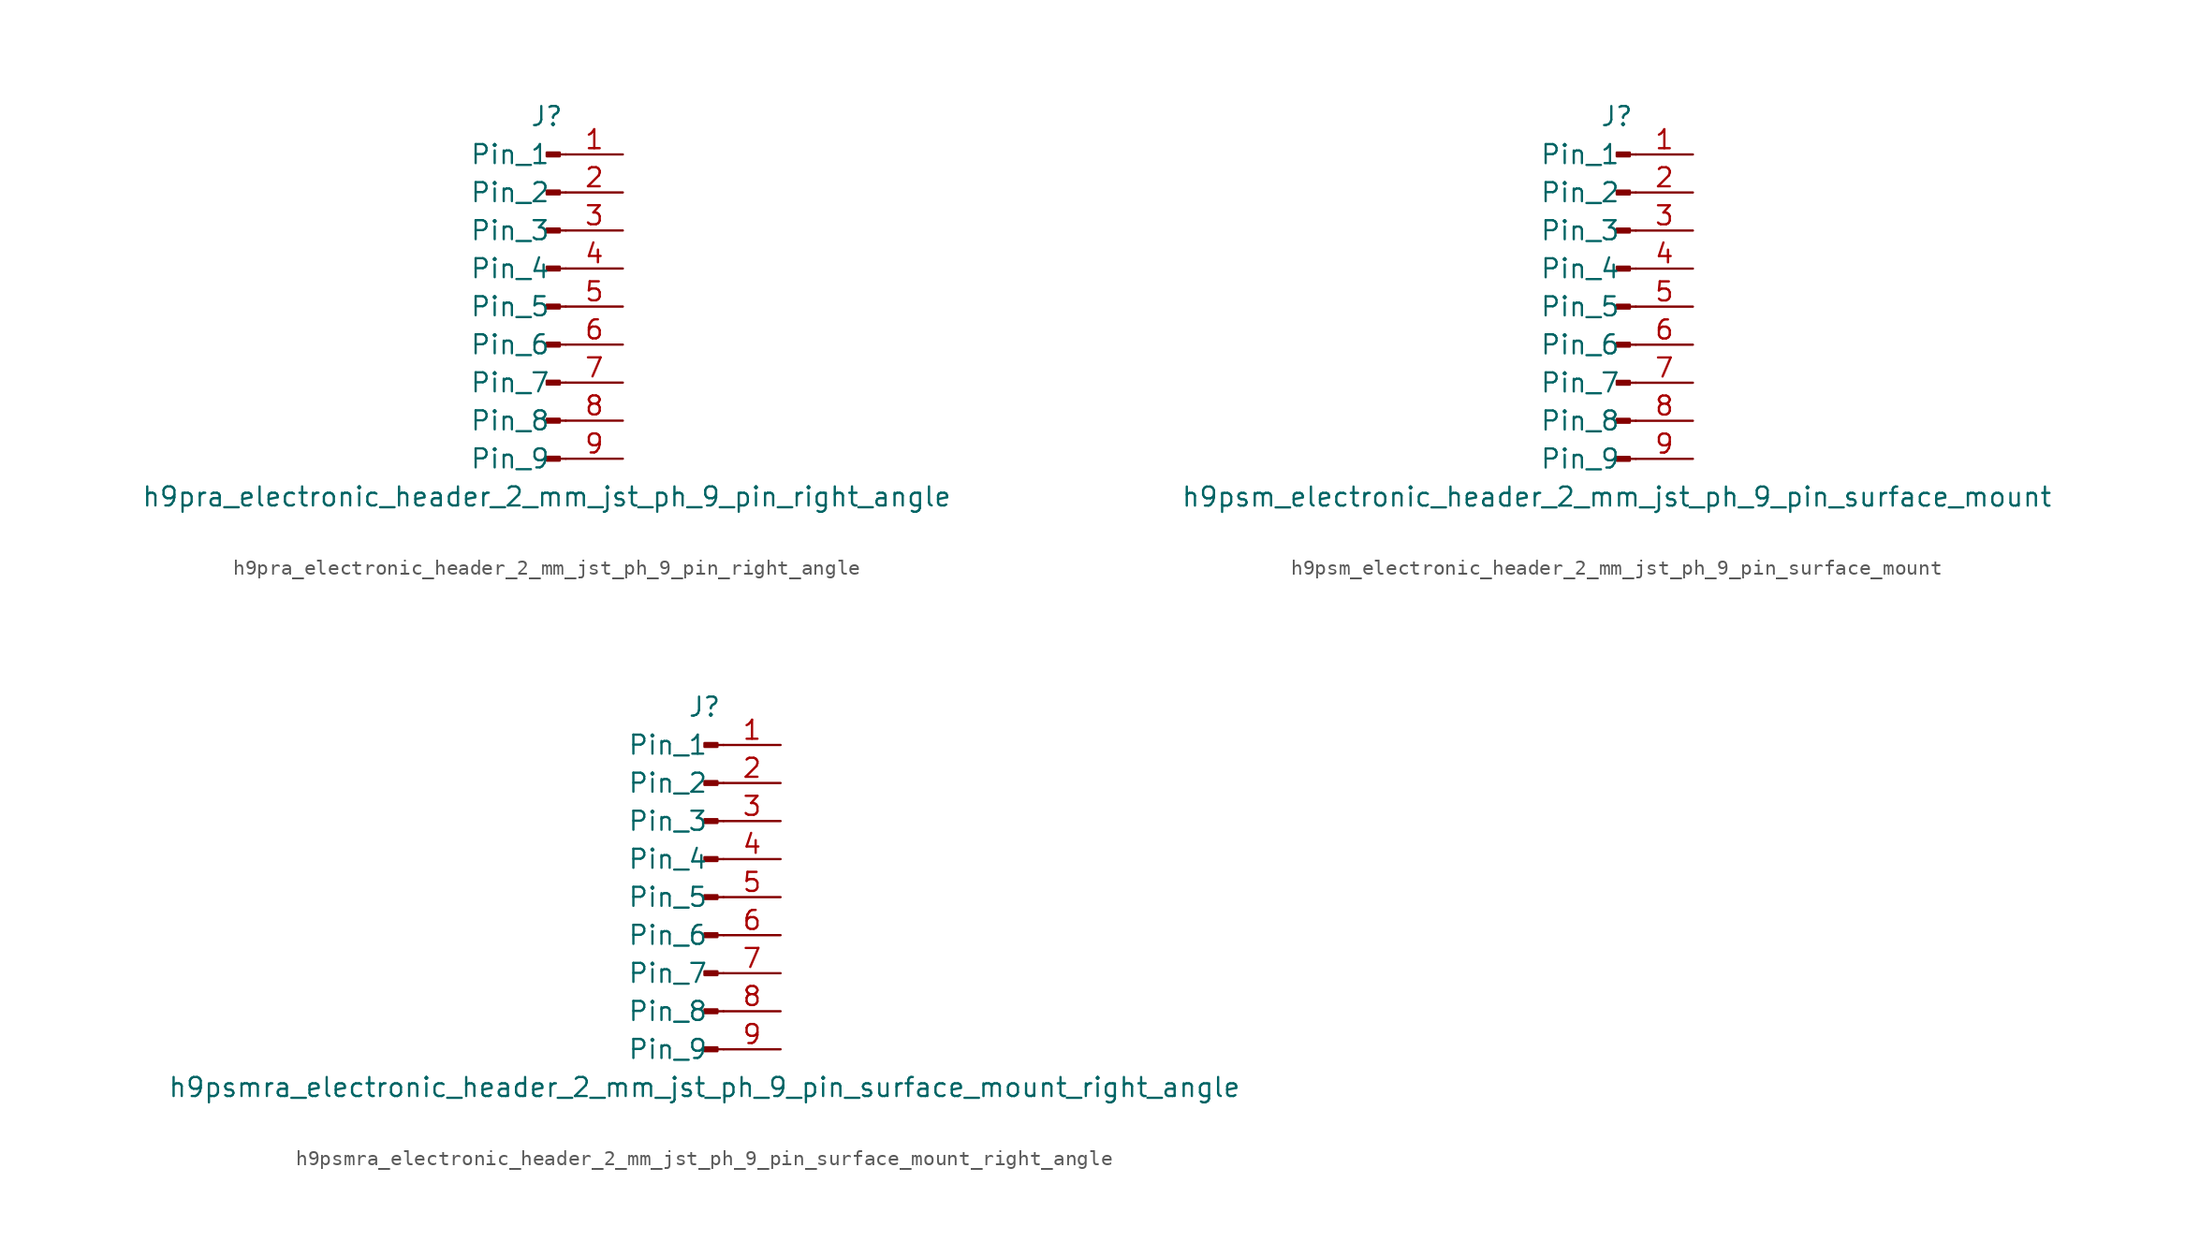
<source format=kicad_sym>
(kicad_symbol_lib
  (version 20220914)
  (generator kicad_symbol_editor)
  (symbol "h9pra_electronic_header_2_mm_jst_ph_9_pin_right_angle"
    (pin_names
      (offset 1.016))
    (property "Reference" "J"
      (at 0 12.7 0)
      (effects (font (size 1.27 1.27))))
    (property "Value" "h9pra_electronic_header_2_mm_jst_ph_9_pin_right_angle"
      (at 0 -12.7 0)
      (effects (font (size 1.27 1.27))))
    (property "ki_locked" ""
      (at 0 0 0)
      (effects (font (size 1.27 1.27))))
    (symbol "h9pra_electronic_header_2_mm_jst_ph_9_pin_right_angle_1_1"
      (polyline (pts (xy 1.27 -10.16) (xy 0.864 -10.16)) (stroke (width 0.152) (type default)) (fill (type none)))
      (polyline (pts (xy 1.27 -7.62) (xy 0.864 -7.62)) (stroke (width 0.152) (type default)) (fill (type none)))
      (polyline (pts (xy 1.27 -5.08) (xy 0.864 -5.08)) (stroke (width 0.152) (type default)) (fill (type none)))
      (polyline (pts (xy 1.27 -2.54) (xy 0.864 -2.54)) (stroke (width 0.152) (type default)) (fill (type none)))
      (polyline (pts (xy 1.27 0) (xy 0.864 0)) (stroke (width 0.152) (type default)) (fill (type none)))
      (polyline (pts (xy 1.27 2.54) (xy 0.864 2.54)) (stroke (width 0.152) (type default)) (fill (type none)))
      (polyline (pts (xy 1.27 5.08) (xy 0.864 5.08)) (stroke (width 0.152) (type default)) (fill (type none)))
      (polyline (pts (xy 1.27 7.62) (xy 0.864 7.62)) (stroke (width 0.152) (type default)) (fill (type none)))
      (polyline (pts (xy 1.27 10.16) (xy 0.864 10.16)) (stroke (width 0.152) (type default)) (fill (type none)))
      (rectangle (start 0.864 -10.033) (end 0 -10.287) (stroke (width 0.152) (type default)) (fill (type outline)))
      (rectangle (start 0.864 -7.493) (end 0 -7.747) (stroke (width 0.152) (type default)) (fill (type outline)))
      (rectangle (start 0.864 -4.953) (end 0 -5.207) (stroke (width 0.152) (type default)) (fill (type outline)))
      (rectangle (start 0.864 -2.413) (end 0 -2.667) (stroke (width 0.152) (type default)) (fill (type outline)))
      (rectangle (start 0.864 0.127) (end 0 -0.127) (stroke (width 0.152) (type default)) (fill (type outline)))
      (rectangle (start 0.864 2.667) (end 0 2.413) (stroke (width 0.152) (type default)) (fill (type outline)))
      (rectangle (start 0.864 5.207) (end 0 4.953) (stroke (width 0.152) (type default)) (fill (type outline)))
      (rectangle (start 0.864 7.747) (end 0 7.493) (stroke (width 0.152) (type default)) (fill (type outline)))
      (rectangle (start 0.864 10.287) (end 0 10.033) (stroke (width 0.152) (type default)) (fill (type outline)))
      (pin passive line (at 5.08 10.16 180) (length 3.81) (name "Pin_1" (effects (font (size 1.27 1.27)))) (number "1" (effects (font (size 1.27 1.27)))))
      (pin passive line (at 5.08 7.62 180) (length 3.81) (name "Pin_2" (effects (font (size 1.27 1.27)))) (number "2" (effects (font (size 1.27 1.27)))))
      (pin passive line (at 5.08 5.08 180) (length 3.81) (name "Pin_3" (effects (font (size 1.27 1.27)))) (number "3" (effects (font (size 1.27 1.27)))))
      (pin passive line (at 5.08 2.54 180) (length 3.81) (name "Pin_4" (effects (font (size 1.27 1.27)))) (number "4" (effects (font (size 1.27 1.27)))))
      (pin passive line (at 5.08 0 180) (length 3.81) (name "Pin_5" (effects (font (size 1.27 1.27)))) (number "5" (effects (font (size 1.27 1.27)))))
      (pin passive line (at 5.08 -2.54 180) (length 3.81) (name "Pin_6" (effects (font (size 1.27 1.27)))) (number "6" (effects (font (size 1.27 1.27)))))
      (pin passive line (at 5.08 -5.08 180) (length 3.81) (name "Pin_7" (effects (font (size 1.27 1.27)))) (number "7" (effects (font (size 1.27 1.27)))))
      (pin passive line (at 5.08 -7.62 180) (length 3.81) (name "Pin_8" (effects (font (size 1.27 1.27)))) (number "8" (effects (font (size 1.27 1.27)))))
      (pin passive line (at 5.08 -10.16 180) (length 3.81) (name "Pin_9" (effects (font (size 1.27 1.27)))) (number "9" (effects (font (size 1.27 1.27)))))))
  (symbol "h9psm_electronic_header_2_mm_jst_ph_9_pin_surface_mount"
    (pin_names
      (offset 1.016))
    (property "Reference" "J"
      (at 0 12.7 0)
      (effects (font (size 1.27 1.27))))
    (property "Value" "h9psm_electronic_header_2_mm_jst_ph_9_pin_surface_mount"
      (at 0 -12.7 0)
      (effects (font (size 1.27 1.27))))
    (property "ki_locked" ""
      (at 0 0 0)
      (effects (font (size 1.27 1.27))))
    (symbol "h9psm_electronic_header_2_mm_jst_ph_9_pin_surface_mount_1_1"
      (polyline (pts (xy 1.27 -10.16) (xy 0.864 -10.16)) (stroke (width 0.152) (type default)) (fill (type none)))
      (polyline (pts (xy 1.27 -7.62) (xy 0.864 -7.62)) (stroke (width 0.152) (type default)) (fill (type none)))
      (polyline (pts (xy 1.27 -5.08) (xy 0.864 -5.08)) (stroke (width 0.152) (type default)) (fill (type none)))
      (polyline (pts (xy 1.27 -2.54) (xy 0.864 -2.54)) (stroke (width 0.152) (type default)) (fill (type none)))
      (polyline (pts (xy 1.27 0) (xy 0.864 0)) (stroke (width 0.152) (type default)) (fill (type none)))
      (polyline (pts (xy 1.27 2.54) (xy 0.864 2.54)) (stroke (width 0.152) (type default)) (fill (type none)))
      (polyline (pts (xy 1.27 5.08) (xy 0.864 5.08)) (stroke (width 0.152) (type default)) (fill (type none)))
      (polyline (pts (xy 1.27 7.62) (xy 0.864 7.62)) (stroke (width 0.152) (type default)) (fill (type none)))
      (polyline (pts (xy 1.27 10.16) (xy 0.864 10.16)) (stroke (width 0.152) (type default)) (fill (type none)))
      (rectangle (start 0.864 -10.033) (end 0 -10.287) (stroke (width 0.152) (type default)) (fill (type outline)))
      (rectangle (start 0.864 -7.493) (end 0 -7.747) (stroke (width 0.152) (type default)) (fill (type outline)))
      (rectangle (start 0.864 -4.953) (end 0 -5.207) (stroke (width 0.152) (type default)) (fill (type outline)))
      (rectangle (start 0.864 -2.413) (end 0 -2.667) (stroke (width 0.152) (type default)) (fill (type outline)))
      (rectangle (start 0.864 0.127) (end 0 -0.127) (stroke (width 0.152) (type default)) (fill (type outline)))
      (rectangle (start 0.864 2.667) (end 0 2.413) (stroke (width 0.152) (type default)) (fill (type outline)))
      (rectangle (start 0.864 5.207) (end 0 4.953) (stroke (width 0.152) (type default)) (fill (type outline)))
      (rectangle (start 0.864 7.747) (end 0 7.493) (stroke (width 0.152) (type default)) (fill (type outline)))
      (rectangle (start 0.864 10.287) (end 0 10.033) (stroke (width 0.152) (type default)) (fill (type outline)))
      (pin passive line (at 5.08 10.16 180) (length 3.81) (name "Pin_1" (effects (font (size 1.27 1.27)))) (number "1" (effects (font (size 1.27 1.27)))))
      (pin passive line (at 5.08 7.62 180) (length 3.81) (name "Pin_2" (effects (font (size 1.27 1.27)))) (number "2" (effects (font (size 1.27 1.27)))))
      (pin passive line (at 5.08 5.08 180) (length 3.81) (name "Pin_3" (effects (font (size 1.27 1.27)))) (number "3" (effects (font (size 1.27 1.27)))))
      (pin passive line (at 5.08 2.54 180) (length 3.81) (name "Pin_4" (effects (font (size 1.27 1.27)))) (number "4" (effects (font (size 1.27 1.27)))))
      (pin passive line (at 5.08 0 180) (length 3.81) (name "Pin_5" (effects (font (size 1.27 1.27)))) (number "5" (effects (font (size 1.27 1.27)))))
      (pin passive line (at 5.08 -2.54 180) (length 3.81) (name "Pin_6" (effects (font (size 1.27 1.27)))) (number "6" (effects (font (size 1.27 1.27)))))
      (pin passive line (at 5.08 -5.08 180) (length 3.81) (name "Pin_7" (effects (font (size 1.27 1.27)))) (number "7" (effects (font (size 1.27 1.27)))))
      (pin passive line (at 5.08 -7.62 180) (length 3.81) (name "Pin_8" (effects (font (size 1.27 1.27)))) (number "8" (effects (font (size 1.27 1.27)))))
      (pin passive line (at 5.08 -10.16 180) (length 3.81) (name "Pin_9" (effects (font (size 1.27 1.27)))) (number "9" (effects (font (size 1.27 1.27)))))))
  (symbol "h9psmra_electronic_header_2_mm_jst_ph_9_pin_surface_mount_right_angle"
    (pin_names
      (offset 1.016))
    (property "Reference" "J"
      (at 0 12.7 0)
      (effects (font (size 1.27 1.27))))
    (property "Value" "h9psmra_electronic_header_2_mm_jst_ph_9_pin_surface_mount_right_angle"
      (at 0 -12.7 0)
      (effects (font (size 1.27 1.27))))
    (property "ki_locked" ""
      (at 0 0 0)
      (effects (font (size 1.27 1.27))))
    (symbol "h9psmra_electronic_header_2_mm_jst_ph_9_pin_surface_mount_right_angle_1_1"
      (polyline (pts (xy 1.27 -10.16) (xy 0.864 -10.16)) (stroke (width 0.152) (type default)) (fill (type none)))
      (polyline (pts (xy 1.27 -7.62) (xy 0.864 -7.62)) (stroke (width 0.152) (type default)) (fill (type none)))
      (polyline (pts (xy 1.27 -5.08) (xy 0.864 -5.08)) (stroke (width 0.152) (type default)) (fill (type none)))
      (polyline (pts (xy 1.27 -2.54) (xy 0.864 -2.54)) (stroke (width 0.152) (type default)) (fill (type none)))
      (polyline (pts (xy 1.27 0) (xy 0.864 0)) (stroke (width 0.152) (type default)) (fill (type none)))
      (polyline (pts (xy 1.27 2.54) (xy 0.864 2.54)) (stroke (width 0.152) (type default)) (fill (type none)))
      (polyline (pts (xy 1.27 5.08) (xy 0.864 5.08)) (stroke (width 0.152) (type default)) (fill (type none)))
      (polyline (pts (xy 1.27 7.62) (xy 0.864 7.62)) (stroke (width 0.152) (type default)) (fill (type none)))
      (polyline (pts (xy 1.27 10.16) (xy 0.864 10.16)) (stroke (width 0.152) (type default)) (fill (type none)))
      (rectangle (start 0.864 -10.033) (end 0 -10.287) (stroke (width 0.152) (type default)) (fill (type outline)))
      (rectangle (start 0.864 -7.493) (end 0 -7.747) (stroke (width 0.152) (type default)) (fill (type outline)))
      (rectangle (start 0.864 -4.953) (end 0 -5.207) (stroke (width 0.152) (type default)) (fill (type outline)))
      (rectangle (start 0.864 -2.413) (end 0 -2.667) (stroke (width 0.152) (type default)) (fill (type outline)))
      (rectangle (start 0.864 0.127) (end 0 -0.127) (stroke (width 0.152) (type default)) (fill (type outline)))
      (rectangle (start 0.864 2.667) (end 0 2.413) (stroke (width 0.152) (type default)) (fill (type outline)))
      (rectangle (start 0.864 5.207) (end 0 4.953) (stroke (width 0.152) (type default)) (fill (type outline)))
      (rectangle (start 0.864 7.747) (end 0 7.493) (stroke (width 0.152) (type default)) (fill (type outline)))
      (rectangle (start 0.864 10.287) (end 0 10.033) (stroke (width 0.152) (type default)) (fill (type outline)))
      (pin passive line (at 5.08 10.16 180) (length 3.81) (name "Pin_1" (effects (font (size 1.27 1.27)))) (number "1" (effects (font (size 1.27 1.27)))))
      (pin passive line (at 5.08 7.62 180) (length 3.81) (name "Pin_2" (effects (font (size 1.27 1.27)))) (number "2" (effects (font (size 1.27 1.27)))))
      (pin passive line (at 5.08 5.08 180) (length 3.81) (name "Pin_3" (effects (font (size 1.27 1.27)))) (number "3" (effects (font (size 1.27 1.27)))))
      (pin passive line (at 5.08 2.54 180) (length 3.81) (name "Pin_4" (effects (font (size 1.27 1.27)))) (number "4" (effects (font (size 1.27 1.27)))))
      (pin passive line (at 5.08 0 180) (length 3.81) (name "Pin_5" (effects (font (size 1.27 1.27)))) (number "5" (effects (font (size 1.27 1.27)))))
      (pin passive line (at 5.08 -2.54 180) (length 3.81) (name "Pin_6" (effects (font (size 1.27 1.27)))) (number "6" (effects (font (size 1.27 1.27)))))
      (pin passive line (at 5.08 -5.08 180) (length 3.81) (name "Pin_7" (effects (font (size 1.27 1.27)))) (number "7" (effects (font (size 1.27 1.27)))))
      (pin passive line (at 5.08 -7.62 180) (length 3.81) (name "Pin_8" (effects (font (size 1.27 1.27)))) (number "8" (effects (font (size 1.27 1.27)))))
      (pin passive line (at 5.08 -10.16 180) (length 3.81) (name "Pin_9" (effects (font (size 1.27 1.27)))) (number "9" (effects (font (size 1.27 1.27))))))))
</source>
